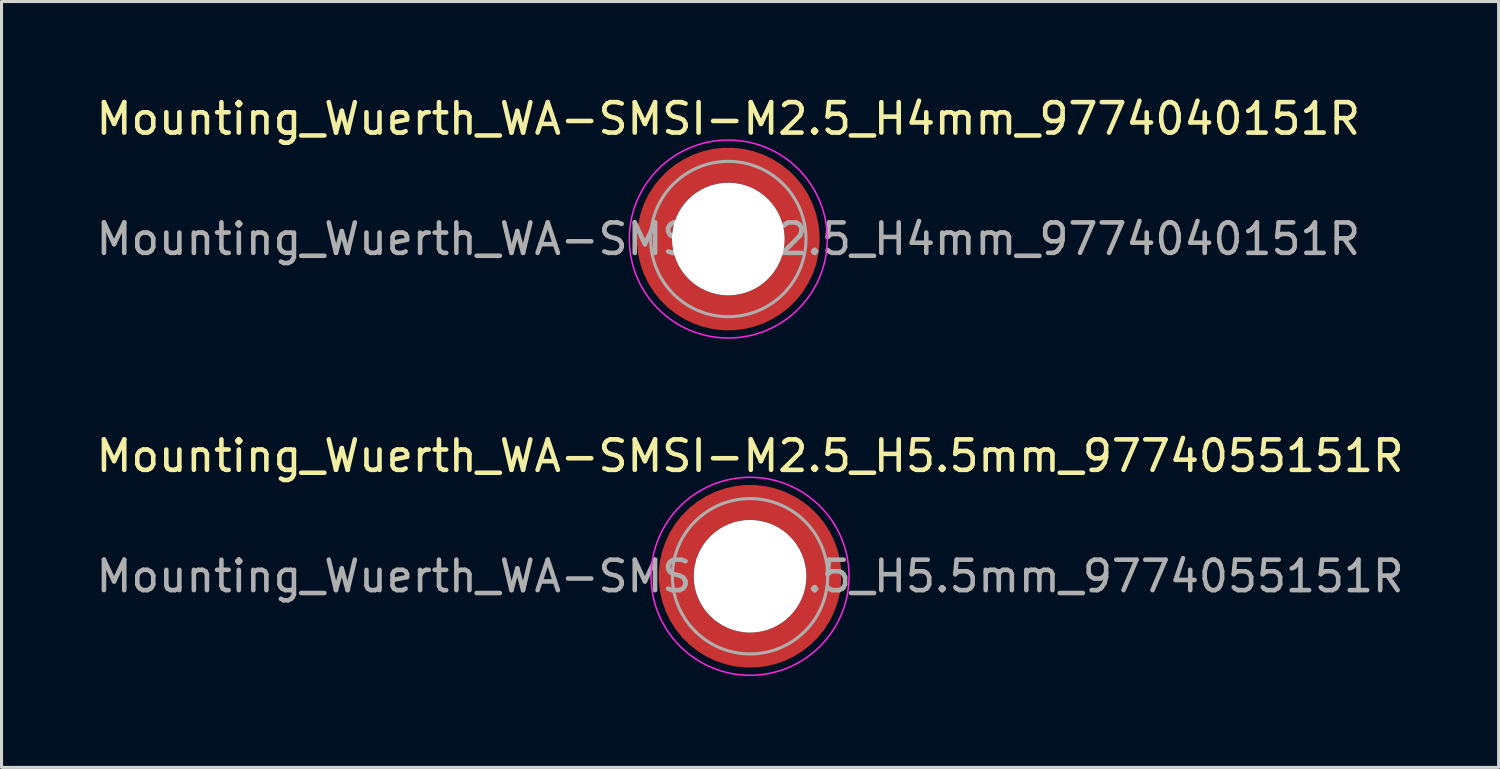
<source format=kicad_pcb>
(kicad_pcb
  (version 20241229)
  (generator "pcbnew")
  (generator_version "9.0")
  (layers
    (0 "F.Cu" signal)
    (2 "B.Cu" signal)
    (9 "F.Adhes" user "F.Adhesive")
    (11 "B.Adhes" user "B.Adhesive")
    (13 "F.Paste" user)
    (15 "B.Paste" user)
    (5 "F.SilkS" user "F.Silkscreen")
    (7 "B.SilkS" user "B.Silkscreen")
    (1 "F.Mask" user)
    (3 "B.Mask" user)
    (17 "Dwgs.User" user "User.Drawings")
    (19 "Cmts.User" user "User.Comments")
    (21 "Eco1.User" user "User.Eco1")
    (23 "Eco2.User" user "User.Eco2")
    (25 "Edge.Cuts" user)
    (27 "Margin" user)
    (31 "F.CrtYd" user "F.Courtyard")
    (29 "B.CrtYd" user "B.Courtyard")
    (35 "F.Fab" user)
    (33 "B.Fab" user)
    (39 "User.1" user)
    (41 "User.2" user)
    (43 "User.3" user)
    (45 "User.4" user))
  (footprint "Mounting_Wuerth_WA-SMSI-M2.5_H5.5mm_9774055151R"
    (layer "F.Cu")
    (at 21.577 15.871)
    (property "Reference" "Mounting_Wuerth_WA-SMSI-M2.5_H5.5mm_9774055151R" (at 0 -3.95 0) (layer "F.SilkS") (effects (font (size 1 1) (thickness 0.15))))
    (attr smd allow_soldermask_bridges)
    (fp_circle (center 0 0) (end 3.25 0) (stroke (width 0.05) (type solid)) (fill no) (layer "F.CrtYd"))
    (fp_circle (center 0 0) (end 2.55 0) (stroke (width 0.1) (type solid)) (fill no) (layer "F.Fab"))
    (fp_text user "${REFERENCE}" (at 0 0 0) (layer "F.Fab") (effects (font (size 1 1) (thickness 0.15))))
    (pad "" smd custom (at -1.704 -1.704) (size 0.51 0.51) (layers "F.Paste") (options (anchor circle)) (primitives (gr_arc (start -0.250195 1.279127) (mid 0.289914 0.289914) (end 1.279127 -0.250195) (width 0.2)) (gr_arc (start -0.34334 1.279127) (mid 0.225488 0.225488) (end 1.279127 -0.34334) (width 0.2)) (gr_arc (start -0.436309 1.279127) (mid 0.161063 0.161063) (end 1.279127 -0.436309) (width 0.2)) (gr_arc (start -0.529126 1.279127) (mid 0.096638 0.096638) (end 1.279127 -0.529126) (width 0.2)) (gr_arc (start -0.621807 1.279127) (mid 0.032213 0.032213) (end 1.279127 -0.621807) (width 0.2)) (gr_arc (start -0.71437 1.279127) (mid -0.032213 -0.032213) (end 1.279127 -0.71437) (width 0.2)) (gr_arc (start -0.806826 1.279127) (mid -0.096638 -0.096638) (end 1.279127 -0.806826) (width 0.2)) (gr_arc (start -0.899187 1.279127) (mid -0.161063 -0.161063) (end 1.279127 -0.899187) (width 0.2)) (gr_arc (start -0.991463 1.279127) (mid -0.225488 -0.225488) (end 1.279127 -0.991463) (width 0.2)) (gr_arc (start -1.083663 1.279127) (mid -0.289914 -0.289914) (end 1.279127 -1.083663) (width 0.2)) (gr_line (start 1.279 -0.25) (end 1.279 -1.084) (width 0.2)) (gr_line (start -0.25 1.279) (end -1.084 1.279) (width 0.2))))
    (pad "" smd custom (at -1.704 1.704) (size 0.51 0.51) (layers "F.Paste") (options (anchor circle)) (primitives (gr_arc (start 1.279127 0.250195) (mid 0.289914 -0.289914) (end -0.250195 -1.279127) (width 0.2)) (gr_arc (start 1.279127 0.34334) (mid 0.225488 -0.225488) (end -0.34334 -1.279127) (width 0.2)) (gr_arc (start 1.279127 0.436309) (mid 0.161063 -0.161063) (end -0.436309 -1.279127) (width 0.2)) (gr_arc (start 1.279127 0.529126) (mid 0.096638 -0.096638) (end -0.529126 -1.279127) (width 0.2)) (gr_arc (start 1.279127 0.621807) (mid 0.032213 -0.032213) (end -0.621807 -1.279127) (width 0.2)) (gr_arc (start 1.279127 0.71437) (mid -0.032213 0.032213) (end -0.71437 -1.279127) (width 0.2)) (gr_arc (start 1.279127 0.806826) (mid -0.096638 0.096638) (end -0.806826 -1.279127) (width 0.2)) (gr_arc (start 1.279127 0.899187) (mid -0.161063 0.161063) (end -0.899187 -1.279127) (width 0.2)) (gr_arc (start 1.279127 0.991463) (mid -0.225488 0.225488) (end -0.991463 -1.279127) (width 0.2)) (gr_arc (start 1.279127 1.083663) (mid -0.289914 0.289914) (end -1.083663 -1.279127) (width 0.2)) (gr_line (start -0.25 -1.279) (end -1.084 -1.279) (width 0.2)) (gr_line (start 1.279 0.25) (end 1.279 1.084) (width 0.2))))
    (pad "" np_thru_hole circle (at 0 0) (size 3.7 3.7) (drill 3.7) (layers "*.Cu" "*.Mask"))
    (pad "" smd custom (at 1.704 -1.704) (size 0.51 0.51) (layers "F.Paste") (options (anchor circle)) (primitives (gr_arc (start -1.279127 -0.250195) (mid -0.289914 0.289914) (end 0.250195 1.279127) (width 0.2)) (gr_arc (start -1.279127 -0.34334) (mid -0.225488 0.225488) (end 0.34334 1.279127) (width 0.2)) (gr_arc (start -1.279127 -0.436309) (mid -0.161063 0.161063) (end 0.436309 1.279127) (width 0.2)) (gr_arc (start -1.279127 -0.529126) (mid -0.096638 0.096638) (end 0.529126 1.279127) (width 0.2)) (gr_arc (start -1.279127 -0.621807) (mid -0.032213 0.032213) (end 0.621807 1.279127) (width 0.2)) (gr_arc (start -1.279127 -0.71437) (mid 0.032213 -0.032213) (end 0.71437 1.279127) (width 0.2)) (gr_arc (start -1.279127 -0.806826) (mid 0.096638 -0.096638) (end 0.806826 1.279127) (width 0.2)) (gr_arc (start -1.279127 -0.899187) (mid 0.161063 -0.161063) (end 0.899187 1.279127) (width 0.2)) (gr_arc (start -1.279127 -0.991463) (mid 0.225488 -0.225488) (end 0.991463 1.279127) (width 0.2)) (gr_arc (start -1.279127 -1.083663) (mid 0.289914 -0.289914) (end 1.083663 1.279127) (width 0.2)) (gr_line (start 0.25 1.279) (end 1.084 1.279) (width 0.2)) (gr_line (start -1.279 -0.25) (end -1.279 -1.084) (width 0.2))))
    (pad "" smd custom (at 1.704 1.704) (size 0.51 0.51) (layers "F.Paste") (options (anchor circle)) (primitives (gr_arc (start 0.250195 -1.279127) (mid -0.289914 -0.289914) (end -1.279127 0.250195) (width 0.2)) (gr_arc (start 0.34334 -1.279127) (mid -0.225488 -0.225488) (end -1.279127 0.34334) (width 0.2)) (gr_arc (start 0.436309 -1.279127) (mid -0.161063 -0.161063) (end -1.279127 0.436309) (width 0.2)) (gr_arc (start 0.529126 -1.279127) (mid -0.096638 -0.096638) (end -1.279127 0.529126) (width 0.2)) (gr_arc (start 0.621807 -1.279127) (mid -0.032213 -0.032213) (end -1.279127 0.621807) (width 0.2)) (gr_arc (start 0.71437 -1.279127) (mid 0.032213 0.032213) (end -1.279127 0.71437) (width 0.2)) (gr_arc (start 0.806826 -1.279127) (mid 0.096638 0.096638) (end -1.279127 0.806826) (width 0.2)) (gr_arc (start 0.899187 -1.279127) (mid 0.161063 0.161063) (end -1.279127 0.899187) (width 0.2)) (gr_arc (start 0.991463 -1.279127) (mid 0.225488 0.225488) (end -1.279127 0.991463) (width 0.2)) (gr_arc (start 1.083663 -1.279127) (mid 0.289914 0.289914) (end -1.279127 1.083663) (width 0.2)) (gr_line (start -1.279 0.25) (end -1.279 1.084) (width 0.2)) (gr_line (start 0.25 -1.279) (end 1.084 -1.279) (width 0.2))))
    (pad "1" smd circle (at -2.425 0) (size 0.642 0.642) (layers "F.Cu"))
    (pad "1" smd circle (at 0 -2.425) (size 0.642 0.642) (layers "F.Cu"))
    (pad "1" smd circle (at 0 2.425) (size 0.642 0.642) (layers "F.Cu"))
    (pad "1" smd custom (at 2.425 0) (size 1.15 1.15) (layers "F.Cu" "F.Mask") (options (anchor circle)) (primitives (gr_circle (center -2.425 0) (end 0 0) (width 1.15) (fill no)))))
  (footprint "Mounting_Wuerth_WA-SMSI-M2.5_H4mm_9774040151R"
    (layer "F.Cu")
    (at 20.863 4.798)
    (property "Reference" "Mounting_Wuerth_WA-SMSI-M2.5_H4mm_9774040151R" (at 0 -3.95 0) (layer "F.SilkS") (effects (font (size 1 1) (thickness 0.15))))
    (attr smd allow_soldermask_bridges)
    (fp_circle (center 0 0) (end 3.25 0) (stroke (width 0.05) (type solid)) (fill no) (layer "F.CrtYd"))
    (fp_circle (center 0 0) (end 2.55 0) (stroke (width 0.1) (type solid)) (fill no) (layer "F.Fab"))
    (fp_text user "${REFERENCE}" (at 0 0 0) (layer "F.Fab") (effects (font (size 1 1) (thickness 0.15))))
    (pad "" smd custom (at -1.704 -1.704) (size 0.51 0.51) (layers "F.Paste") (options (anchor circle)) (primitives (gr_arc (start -0.250195 1.279127) (mid 0.289914 0.289914) (end 1.279127 -0.250195) (width 0.2)) (gr_arc (start -0.34334 1.279127) (mid 0.225488 0.225488) (end 1.279127 -0.34334) (width 0.2)) (gr_arc (start -0.436309 1.279127) (mid 0.161063 0.161063) (end 1.279127 -0.436309) (width 0.2)) (gr_arc (start -0.529126 1.279127) (mid 0.096638 0.096638) (end 1.279127 -0.529126) (width 0.2)) (gr_arc (start -0.621807 1.279127) (mid 0.032213 0.032213) (end 1.279127 -0.621807) (width 0.2)) (gr_arc (start -0.71437 1.279127) (mid -0.032213 -0.032213) (end 1.279127 -0.71437) (width 0.2)) (gr_arc (start -0.806826 1.279127) (mid -0.096638 -0.096638) (end 1.279127 -0.806826) (width 0.2)) (gr_arc (start -0.899187 1.279127) (mid -0.161063 -0.161063) (end 1.279127 -0.899187) (width 0.2)) (gr_arc (start -0.991463 1.279127) (mid -0.225488 -0.225488) (end 1.279127 -0.991463) (width 0.2)) (gr_arc (start -1.083663 1.279127) (mid -0.289914 -0.289914) (end 1.279127 -1.083663) (width 0.2)) (gr_line (start 1.279 -0.25) (end 1.279 -1.084) (width 0.2)) (gr_line (start -0.25 1.279) (end -1.084 1.279) (width 0.2))))
    (pad "" smd custom (at -1.704 1.704) (size 0.51 0.51) (layers "F.Paste") (options (anchor circle)) (primitives (gr_arc (start 1.279127 0.250195) (mid 0.289914 -0.289914) (end -0.250195 -1.279127) (width 0.2)) (gr_arc (start 1.279127 0.34334) (mid 0.225488 -0.225488) (end -0.34334 -1.279127) (width 0.2)) (gr_arc (start 1.279127 0.436309) (mid 0.161063 -0.161063) (end -0.436309 -1.279127) (width 0.2)) (gr_arc (start 1.279127 0.529126) (mid 0.096638 -0.096638) (end -0.529126 -1.279127) (width 0.2)) (gr_arc (start 1.279127 0.621807) (mid 0.032213 -0.032213) (end -0.621807 -1.279127) (width 0.2)) (gr_arc (start 1.279127 0.71437) (mid -0.032213 0.032213) (end -0.71437 -1.279127) (width 0.2)) (gr_arc (start 1.279127 0.806826) (mid -0.096638 0.096638) (end -0.806826 -1.279127) (width 0.2)) (gr_arc (start 1.279127 0.899187) (mid -0.161063 0.161063) (end -0.899187 -1.279127) (width 0.2)) (gr_arc (start 1.279127 0.991463) (mid -0.225488 0.225488) (end -0.991463 -1.279127) (width 0.2)) (gr_arc (start 1.279127 1.083663) (mid -0.289914 0.289914) (end -1.083663 -1.279127) (width 0.2)) (gr_line (start -0.25 -1.279) (end -1.084 -1.279) (width 0.2)) (gr_line (start 1.279 0.25) (end 1.279 1.084) (width 0.2))))
    (pad "" np_thru_hole circle (at 0 0) (size 3.7 3.7) (drill 3.7) (layers "*.Cu" "*.Mask"))
    (pad "" smd custom (at 1.704 -1.704) (size 0.51 0.51) (layers "F.Paste") (options (anchor circle)) (primitives (gr_arc (start -1.279127 -0.250195) (mid -0.289914 0.289914) (end 0.250195 1.279127) (width 0.2)) (gr_arc (start -1.279127 -0.34334) (mid -0.225488 0.225488) (end 0.34334 1.279127) (width 0.2)) (gr_arc (start -1.279127 -0.436309) (mid -0.161063 0.161063) (end 0.436309 1.279127) (width 0.2)) (gr_arc (start -1.279127 -0.529126) (mid -0.096638 0.096638) (end 0.529126 1.279127) (width 0.2)) (gr_arc (start -1.279127 -0.621807) (mid -0.032213 0.032213) (end 0.621807 1.279127) (width 0.2)) (gr_arc (start -1.279127 -0.71437) (mid 0.032213 -0.032213) (end 0.71437 1.279127) (width 0.2)) (gr_arc (start -1.279127 -0.806826) (mid 0.096638 -0.096638) (end 0.806826 1.279127) (width 0.2)) (gr_arc (start -1.279127 -0.899187) (mid 0.161063 -0.161063) (end 0.899187 1.279127) (width 0.2)) (gr_arc (start -1.279127 -0.991463) (mid 0.225488 -0.225488) (end 0.991463 1.279127) (width 0.2)) (gr_arc (start -1.279127 -1.083663) (mid 0.289914 -0.289914) (end 1.083663 1.279127) (width 0.2)) (gr_line (start 0.25 1.279) (end 1.084 1.279) (width 0.2)) (gr_line (start -1.279 -0.25) (end -1.279 -1.084) (width 0.2))))
    (pad "" smd custom (at 1.704 1.704) (size 0.51 0.51) (layers "F.Paste") (options (anchor circle)) (primitives (gr_arc (start 0.250195 -1.279127) (mid -0.289914 -0.289914) (end -1.279127 0.250195) (width 0.2)) (gr_arc (start 0.34334 -1.279127) (mid -0.225488 -0.225488) (end -1.279127 0.34334) (width 0.2)) (gr_arc (start 0.436309 -1.279127) (mid -0.161063 -0.161063) (end -1.279127 0.436309) (width 0.2)) (gr_arc (start 0.529126 -1.279127) (mid -0.096638 -0.096638) (end -1.279127 0.529126) (width 0.2)) (gr_arc (start 0.621807 -1.279127) (mid -0.032213 -0.032213) (end -1.279127 0.621807) (width 0.2)) (gr_arc (start 0.71437 -1.279127) (mid 0.032213 0.032213) (end -1.279127 0.71437) (width 0.2)) (gr_arc (start 0.806826 -1.279127) (mid 0.096638 0.096638) (end -1.279127 0.806826) (width 0.2)) (gr_arc (start 0.899187 -1.279127) (mid 0.161063 0.161063) (end -1.279127 0.899187) (width 0.2)) (gr_arc (start 0.991463 -1.279127) (mid 0.225488 0.225488) (end -1.279127 0.991463) (width 0.2)) (gr_arc (start 1.083663 -1.279127) (mid 0.289914 0.289914) (end -1.279127 1.083663) (width 0.2)) (gr_line (start -1.279 0.25) (end -1.279 1.084) (width 0.2)) (gr_line (start 0.25 -1.279) (end 1.084 -1.279) (width 0.2))))
    (pad "1" smd circle (at -2.425 0) (size 0.642 0.642) (layers "F.Cu"))
    (pad "1" smd circle (at 0 -2.425) (size 0.642 0.642) (layers "F.Cu"))
    (pad "1" smd circle (at 0 2.425) (size 0.642 0.642) (layers "F.Cu"))
    (pad "1" smd custom (at 2.425 0) (size 1.15 1.15) (layers "F.Cu" "F.Mask") (options (anchor circle)) (primitives (gr_circle (center -2.425 0) (end 0 0) (width 1.15) (fill no)))))
  (gr_rect
    (start -3 -3)
    (end 46.155 22.146)
    (stroke (width 0.1) (type default))
    (fill no)
    (layer "Edge.Cuts")))
</source>
